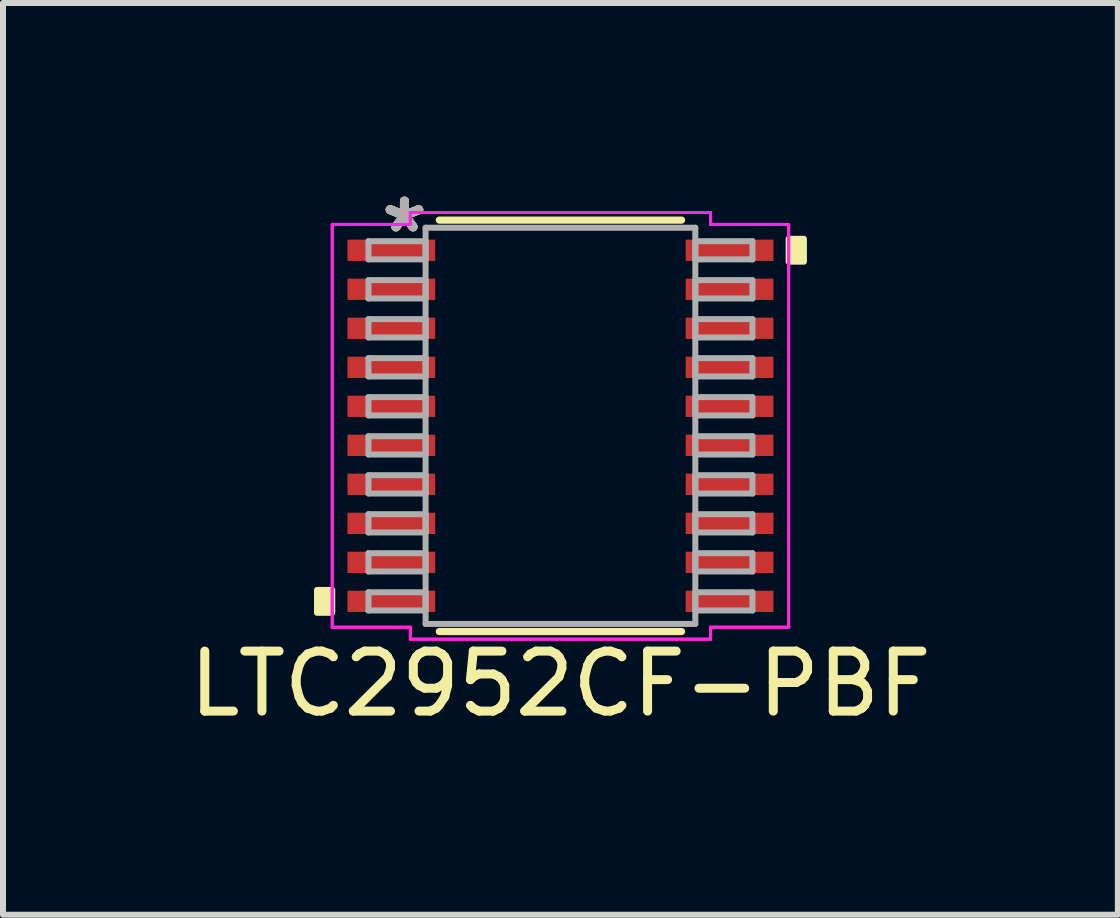
<source format=kicad_pcb>
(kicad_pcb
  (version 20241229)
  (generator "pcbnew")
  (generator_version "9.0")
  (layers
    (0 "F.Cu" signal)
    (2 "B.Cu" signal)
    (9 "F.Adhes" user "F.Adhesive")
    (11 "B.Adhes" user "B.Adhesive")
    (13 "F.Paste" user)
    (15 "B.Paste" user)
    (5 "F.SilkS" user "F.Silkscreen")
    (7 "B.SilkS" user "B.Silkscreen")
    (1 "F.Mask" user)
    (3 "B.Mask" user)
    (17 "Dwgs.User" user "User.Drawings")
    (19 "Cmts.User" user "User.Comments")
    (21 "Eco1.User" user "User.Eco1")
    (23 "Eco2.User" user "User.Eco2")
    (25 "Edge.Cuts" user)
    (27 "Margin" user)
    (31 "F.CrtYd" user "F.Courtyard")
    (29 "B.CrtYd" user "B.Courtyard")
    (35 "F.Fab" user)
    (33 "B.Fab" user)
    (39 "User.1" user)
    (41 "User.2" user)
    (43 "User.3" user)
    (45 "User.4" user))
  (footprint "LTC2952CF-PBF"
    (layer "F.Cu")
    (at 6.292 4.048)
    (property "Reference" "LTC2952CF-PBF" (at 0 4.3 0) (layer "F.SilkS") (effects (font (size 1 1) (thickness 0.15))))
    (attr through_hole)
    (fp_line (start -2.019 3.429) (end 2.019 3.429) (stroke (width 0.12) (type solid)) (layer "F.SilkS"))
    (fp_line (start 2.019 -3.429) (end -2.019 -3.429) (stroke (width 0.12) (type solid)) (layer "F.SilkS"))
    (fp_poly (pts (xy -4.058 2.736) (xy -4.058 3.117) (xy -3.804 3.117) (xy -3.804 2.736)) (stroke (width 0.1) (type solid)) (fill yes) (layer "F.SilkS"))
    (fp_poly (pts (xy 4.058 -3.117) (xy 4.058 -2.736) (xy 3.804 -2.736) (xy 3.804 -3.117)) (stroke (width 0.1) (type solid)) (fill yes) (layer "F.SilkS"))
    (fp_line (start -3.804 -3.357) (end -2.502 -3.357) (stroke (width 0.05) (type solid)) (layer "F.CrtYd"))
    (fp_line (start -3.804 -3.357) (end -2.502 -3.357) (stroke (width 0.05) (type solid)) (layer "F.CrtYd"))
    (fp_line (start -3.804 3.357) (end -3.804 -3.357) (stroke (width 0.05) (type solid)) (layer "F.CrtYd"))
    (fp_line (start -3.804 3.357) (end -3.804 -3.357) (stroke (width 0.05) (type solid)) (layer "F.CrtYd"))
    (fp_line (start -3.804 3.357) (end -2.502 3.357) (stroke (width 0.05) (type solid)) (layer "F.CrtYd"))
    (fp_line (start -2.502 -3.556) (end 2.502 -3.556) (stroke (width 0.05) (type solid)) (layer "F.CrtYd"))
    (fp_line (start -2.502 -3.556) (end 2.502 -3.556) (stroke (width 0.05) (type solid)) (layer "F.CrtYd"))
    (fp_line (start -2.502 -3.357) (end -2.502 -3.556) (stroke (width 0.05) (type solid)) (layer "F.CrtYd"))
    (fp_line (start -2.502 -3.357) (end -2.502 -3.556) (stroke (width 0.05) (type solid)) (layer "F.CrtYd"))
    (fp_line (start -2.502 3.357) (end -3.804 3.357) (stroke (width 0.05) (type solid)) (layer "F.CrtYd"))
    (fp_line (start -2.502 3.556) (end -2.502 3.357) (stroke (width 0.05) (type solid)) (layer "F.CrtYd"))
    (fp_line (start -2.502 3.556) (end -2.502 3.357) (stroke (width 0.05) (type solid)) (layer "F.CrtYd"))
    (fp_line (start 2.502 -3.556) (end 2.502 -3.357) (stroke (width 0.05) (type solid)) (layer "F.CrtYd"))
    (fp_line (start 2.502 -3.556) (end 2.502 -3.357) (stroke (width 0.05) (type solid)) (layer "F.CrtYd"))
    (fp_line (start 2.502 -3.357) (end 3.804 -3.357) (stroke (width 0.05) (type solid)) (layer "F.CrtYd"))
    (fp_line (start 2.502 3.357) (end 2.502 3.556) (stroke (width 0.05) (type solid)) (layer "F.CrtYd"))
    (fp_line (start 2.502 3.357) (end 2.502 3.556) (stroke (width 0.05) (type solid)) (layer "F.CrtYd"))
    (fp_line (start 2.502 3.556) (end -2.502 3.556) (stroke (width 0.05) (type solid)) (layer "F.CrtYd"))
    (fp_line (start 2.502 3.556) (end -2.502 3.556) (stroke (width 0.05) (type solid)) (layer "F.CrtYd"))
    (fp_line (start 3.804 -3.357) (end 2.502 -3.357) (stroke (width 0.05) (type solid)) (layer "F.CrtYd"))
    (fp_line (start 3.804 -3.357) (end 3.804 3.357) (stroke (width 0.05) (type solid)) (layer "F.CrtYd"))
    (fp_line (start 3.804 -3.357) (end 3.804 3.357) (stroke (width 0.05) (type solid)) (layer "F.CrtYd"))
    (fp_line (start 3.804 3.357) (end 2.502 3.357) (stroke (width 0.05) (type solid)) (layer "F.CrtYd"))
    (fp_line (start 3.804 3.357) (end 2.502 3.357) (stroke (width 0.05) (type solid)) (layer "F.CrtYd"))
    (fp_line (start -3.2 -3.078) (end -3.2 -2.774) (stroke (width 0.1) (type solid)) (layer "F.Fab"))
    (fp_line (start -3.2 -2.774) (end -2.248 -2.774) (stroke (width 0.1) (type solid)) (layer "F.Fab"))
    (fp_line (start -3.2 -2.428) (end -3.2 -2.123) (stroke (width 0.1) (type solid)) (layer "F.Fab"))
    (fp_line (start -3.2 -2.123) (end -2.248 -2.123) (stroke (width 0.1) (type solid)) (layer "F.Fab"))
    (fp_line (start -3.2 -1.778) (end -3.2 -1.473) (stroke (width 0.1) (type solid)) (layer "F.Fab"))
    (fp_line (start -3.2 -1.473) (end -2.248 -1.473) (stroke (width 0.1) (type solid)) (layer "F.Fab"))
    (fp_line (start -3.2 -1.128) (end -3.2 -0.823) (stroke (width 0.1) (type solid)) (layer "F.Fab"))
    (fp_line (start -3.2 -0.823) (end -2.248 -0.823) (stroke (width 0.1) (type solid)) (layer "F.Fab"))
    (fp_line (start -3.2 -0.478) (end -3.2 -0.173) (stroke (width 0.1) (type solid)) (layer "F.Fab"))
    (fp_line (start -3.2 -0.173) (end -2.248 -0.173) (stroke (width 0.1) (type solid)) (layer "F.Fab"))
    (fp_line (start -3.2 0.173) (end -3.2 0.478) (stroke (width 0.1) (type solid)) (layer "F.Fab"))
    (fp_line (start -3.2 0.478) (end -2.248 0.478) (stroke (width 0.1) (type solid)) (layer "F.Fab"))
    (fp_line (start -3.2 0.823) (end -3.2 1.128) (stroke (width 0.1) (type solid)) (layer "F.Fab"))
    (fp_line (start -3.2 1.128) (end -2.248 1.128) (stroke (width 0.1) (type solid)) (layer "F.Fab"))
    (fp_line (start -3.2 1.473) (end -3.2 1.778) (stroke (width 0.1) (type solid)) (layer "F.Fab"))
    (fp_line (start -3.2 1.778) (end -2.248 1.778) (stroke (width 0.1) (type solid)) (layer "F.Fab"))
    (fp_line (start -3.2 2.123) (end -3.2 2.428) (stroke (width 0.1) (type solid)) (layer "F.Fab"))
    (fp_line (start -3.2 2.428) (end -2.248 2.428) (stroke (width 0.1) (type solid)) (layer "F.Fab"))
    (fp_line (start -3.2 2.774) (end -3.2 3.078) (stroke (width 0.1) (type solid)) (layer "F.Fab"))
    (fp_line (start -3.2 3.078) (end -2.248 3.078) (stroke (width 0.1) (type solid)) (layer "F.Fab"))
    (fp_line (start -2.248 -3.302) (end -2.248 3.302) (stroke (width 0.1) (type solid)) (layer "F.Fab"))
    (fp_line (start -2.248 -3.078) (end -3.2 -3.078) (stroke (width 0.1) (type solid)) (layer "F.Fab"))
    (fp_line (start -2.248 -2.774) (end -2.248 -3.078) (stroke (width 0.1) (type solid)) (layer "F.Fab"))
    (fp_line (start -2.248 -2.428) (end -3.2 -2.428) (stroke (width 0.1) (type solid)) (layer "F.Fab"))
    (fp_line (start -2.248 -2.123) (end -2.248 -2.428) (stroke (width 0.1) (type solid)) (layer "F.Fab"))
    (fp_line (start -2.248 -1.778) (end -3.2 -1.778) (stroke (width 0.1) (type solid)) (layer "F.Fab"))
    (fp_line (start -2.248 -1.473) (end -2.248 -1.778) (stroke (width 0.1) (type solid)) (layer "F.Fab"))
    (fp_line (start -2.248 -1.128) (end -3.2 -1.128) (stroke (width 0.1) (type solid)) (layer "F.Fab"))
    (fp_line (start -2.248 -0.823) (end -2.248 -1.128) (stroke (width 0.1) (type solid)) (layer "F.Fab"))
    (fp_line (start -2.248 -0.478) (end -3.2 -0.478) (stroke (width 0.1) (type solid)) (layer "F.Fab"))
    (fp_line (start -2.248 -0.173) (end -2.248 -0.478) (stroke (width 0.1) (type solid)) (layer "F.Fab"))
    (fp_line (start -2.248 0.173) (end -3.2 0.173) (stroke (width 0.1) (type solid)) (layer "F.Fab"))
    (fp_line (start -2.248 0.478) (end -2.248 0.173) (stroke (width 0.1) (type solid)) (layer "F.Fab"))
    (fp_line (start -2.248 0.823) (end -3.2 0.823) (stroke (width 0.1) (type solid)) (layer "F.Fab"))
    (fp_line (start -2.248 1.128) (end -2.248 0.823) (stroke (width 0.1) (type solid)) (layer "F.Fab"))
    (fp_line (start -2.248 1.473) (end -3.2 1.473) (stroke (width 0.1) (type solid)) (layer "F.Fab"))
    (fp_line (start -2.248 1.778) (end -2.248 1.473) (stroke (width 0.1) (type solid)) (layer "F.Fab"))
    (fp_line (start -2.248 2.123) (end -3.2 2.123) (stroke (width 0.1) (type solid)) (layer "F.Fab"))
    (fp_line (start -2.248 2.428) (end -2.248 2.123) (stroke (width 0.1) (type solid)) (layer "F.Fab"))
    (fp_line (start -2.248 2.774) (end -3.2 2.774) (stroke (width 0.1) (type solid)) (layer "F.Fab"))
    (fp_line (start -2.248 3.078) (end -2.248 2.774) (stroke (width 0.1) (type solid)) (layer "F.Fab"))
    (fp_line (start -2.248 3.302) (end 2.248 3.302) (stroke (width 0.1) (type solid)) (layer "F.Fab"))
    (fp_line (start 2.248 -3.302) (end -2.248 -3.302) (stroke (width 0.1) (type solid)) (layer "F.Fab"))
    (fp_line (start 2.248 -3.078) (end 2.248 -2.774) (stroke (width 0.1) (type solid)) (layer "F.Fab"))
    (fp_line (start 2.248 -2.774) (end 3.2 -2.774) (stroke (width 0.1) (type solid)) (layer "F.Fab"))
    (fp_line (start 2.248 -2.428) (end 2.248 -2.123) (stroke (width 0.1) (type solid)) (layer "F.Fab"))
    (fp_line (start 2.248 -2.123) (end 3.2 -2.123) (stroke (width 0.1) (type solid)) (layer "F.Fab"))
    (fp_line (start 2.248 -1.778) (end 2.248 -1.473) (stroke (width 0.1) (type solid)) (layer "F.Fab"))
    (fp_line (start 2.248 -1.473) (end 3.2 -1.473) (stroke (width 0.1) (type solid)) (layer "F.Fab"))
    (fp_line (start 2.248 -1.128) (end 2.248 -0.823) (stroke (width 0.1) (type solid)) (layer "F.Fab"))
    (fp_line (start 2.248 -0.823) (end 3.2 -0.823) (stroke (width 0.1) (type solid)) (layer "F.Fab"))
    (fp_line (start 2.248 -0.478) (end 2.248 -0.173) (stroke (width 0.1) (type solid)) (layer "F.Fab"))
    (fp_line (start 2.248 -0.173) (end 3.2 -0.173) (stroke (width 0.1) (type solid)) (layer "F.Fab"))
    (fp_line (start 2.248 0.173) (end 2.248 0.478) (stroke (width 0.1) (type solid)) (layer "F.Fab"))
    (fp_line (start 2.248 0.478) (end 3.2 0.478) (stroke (width 0.1) (type solid)) (layer "F.Fab"))
    (fp_line (start 2.248 0.823) (end 2.248 1.128) (stroke (width 0.1) (type solid)) (layer "F.Fab"))
    (fp_line (start 2.248 1.128) (end 3.2 1.128) (stroke (width 0.1) (type solid)) (layer "F.Fab"))
    (fp_line (start 2.248 1.473) (end 2.248 1.778) (stroke (width 0.1) (type solid)) (layer "F.Fab"))
    (fp_line (start 2.248 1.778) (end 3.2 1.778) (stroke (width 0.1) (type solid)) (layer "F.Fab"))
    (fp_line (start 2.248 2.123) (end 2.248 2.428) (stroke (width 0.1) (type solid)) (layer "F.Fab"))
    (fp_line (start 2.248 2.428) (end 3.2 2.428) (stroke (width 0.1) (type solid)) (layer "F.Fab"))
    (fp_line (start 2.248 2.774) (end 2.248 3.078) (stroke (width 0.1) (type solid)) (layer "F.Fab"))
    (fp_line (start 2.248 3.078) (end 3.2 3.078) (stroke (width 0.1) (type solid)) (layer "F.Fab"))
    (fp_line (start 2.248 3.302) (end 2.248 -3.302) (stroke (width 0.1) (type solid)) (layer "F.Fab"))
    (fp_line (start 3.2 -3.078) (end 2.248 -3.078) (stroke (width 0.1) (type solid)) (layer "F.Fab"))
    (fp_line (start 3.2 -2.774) (end 3.2 -3.078) (stroke (width 0.1) (type solid)) (layer "F.Fab"))
    (fp_line (start 3.2 -2.428) (end 2.248 -2.428) (stroke (width 0.1) (type solid)) (layer "F.Fab"))
    (fp_line (start 3.2 -2.123) (end 3.2 -2.428) (stroke (width 0.1) (type solid)) (layer "F.Fab"))
    (fp_line (start 3.2 -1.778) (end 2.248 -1.778) (stroke (width 0.1) (type solid)) (layer "F.Fab"))
    (fp_line (start 3.2 -1.473) (end 3.2 -1.778) (stroke (width 0.1) (type solid)) (layer "F.Fab"))
    (fp_line (start 3.2 -1.128) (end 2.248 -1.128) (stroke (width 0.1) (type solid)) (layer "F.Fab"))
    (fp_line (start 3.2 -0.823) (end 3.2 -1.128) (stroke (width 0.1) (type solid)) (layer "F.Fab"))
    (fp_line (start 3.2 -0.478) (end 2.248 -0.478) (stroke (width 0.1) (type solid)) (layer "F.Fab"))
    (fp_line (start 3.2 -0.173) (end 3.2 -0.478) (stroke (width 0.1) (type solid)) (layer "F.Fab"))
    (fp_line (start 3.2 0.173) (end 2.248 0.173) (stroke (width 0.1) (type solid)) (layer "F.Fab"))
    (fp_line (start 3.2 0.478) (end 3.2 0.173) (stroke (width 0.1) (type solid)) (layer "F.Fab"))
    (fp_line (start 3.2 0.823) (end 2.248 0.823) (stroke (width 0.1) (type solid)) (layer "F.Fab"))
    (fp_line (start 3.2 1.128) (end 3.2 0.823) (stroke (width 0.1) (type solid)) (layer "F.Fab"))
    (fp_line (start 3.2 1.473) (end 2.248 1.473) (stroke (width 0.1) (type solid)) (layer "F.Fab"))
    (fp_line (start 3.2 1.778) (end 3.2 1.473) (stroke (width 0.1) (type solid)) (layer "F.Fab"))
    (fp_line (start 3.2 2.123) (end 2.248 2.123) (stroke (width 0.1) (type solid)) (layer "F.Fab"))
    (fp_line (start 3.2 2.428) (end 3.2 2.123) (stroke (width 0.1) (type solid)) (layer "F.Fab"))
    (fp_line (start 3.2 2.774) (end 2.248 2.774) (stroke (width 0.1) (type solid)) (layer "F.Fab"))
    (fp_line (start 3.2 3.078) (end 3.2 2.774) (stroke (width 0.1) (type solid)) (layer "F.Fab"))
    (fp_text user "*" (at -2.6 -3.2 0) (layer "F.SilkS") (effects (font (size 1 1) (thickness 0.15))))
    (fp_text user "*" (at -2.6 -3.2 0) (layer "F.SilkS") (effects (font (size 1 1) (thickness 0.15))))
    (fp_text user "*" (at -2.6 -3.2 0) (layer "F.Fab") (effects (font (size 1 1) (thickness 0.15))))
    (fp_text user "*" (at -2.6 -3.2 0) (layer "F.Fab") (effects (font (size 1 1) (thickness 0.15))))
    (pad "1" smd rect (at -2.819 -2.926) (size 1.462 0.355) (layers "F.Cu" "F.Mask" "F.Paste"))
    (pad "2" smd rect (at -2.819 -2.276) (size 1.462 0.355) (layers "F.Cu" "F.Mask" "F.Paste"))
    (pad "3" smd rect (at -2.819 -1.626) (size 1.462 0.355) (layers "F.Cu" "F.Mask" "F.Paste"))
    (pad "4" smd rect (at -2.819 -0.975) (size 1.462 0.355) (layers "F.Cu" "F.Mask" "F.Paste"))
    (pad "5" smd rect (at -2.819 -0.325) (size 1.462 0.355) (layers "F.Cu" "F.Mask" "F.Paste"))
    (pad "6" smd rect (at -2.819 0.325) (size 1.462 0.355) (layers "F.Cu" "F.Mask" "F.Paste"))
    (pad "7" smd rect (at -2.819 0.975) (size 1.462 0.355) (layers "F.Cu" "F.Mask" "F.Paste"))
    (pad "8" smd rect (at -2.819 1.626) (size 1.462 0.355) (layers "F.Cu" "F.Mask" "F.Paste"))
    (pad "9" smd rect (at -2.819 2.276) (size 1.462 0.355) (layers "F.Cu" "F.Mask" "F.Paste"))
    (pad "10" smd rect (at -2.819 2.926) (size 1.462 0.355) (layers "F.Cu" "F.Mask" "F.Paste"))
    (pad "11" smd rect (at 2.819 2.926) (size 1.462 0.355) (layers "F.Cu" "F.Mask" "F.Paste"))
    (pad "12" smd rect (at 2.819 2.276) (size 1.462 0.355) (layers "F.Cu" "F.Mask" "F.Paste"))
    (pad "13" smd rect (at 2.819 1.626) (size 1.462 0.355) (layers "F.Cu" "F.Mask" "F.Paste"))
    (pad "14" smd rect (at 2.819 0.975) (size 1.462 0.355) (layers "F.Cu" "F.Mask" "F.Paste"))
    (pad "15" smd rect (at 2.819 0.325) (size 1.462 0.355) (layers "F.Cu" "F.Mask" "F.Paste"))
    (pad "16" smd rect (at 2.819 -0.325) (size 1.462 0.355) (layers "F.Cu" "F.Mask" "F.Paste"))
    (pad "17" smd rect (at 2.819 -0.975) (size 1.462 0.355) (layers "F.Cu" "F.Mask" "F.Paste"))
    (pad "18" smd rect (at 2.819 -1.626) (size 1.462 0.355) (layers "F.Cu" "F.Mask" "F.Paste"))
    (pad "19" smd rect (at 2.819 -2.276) (size 1.462 0.355) (layers "F.Cu" "F.Mask" "F.Paste"))
    (pad "20" smd rect (at 2.819 -2.926) (size 1.462 0.355) (layers "F.Cu" "F.Mask" "F.Paste")))
  (gr_rect
    (start -3 -3)
    (end 15.583 12.197)
    (stroke (width 0.1) (type default))
    (fill no)
    (layer "Edge.Cuts")))
</source>
